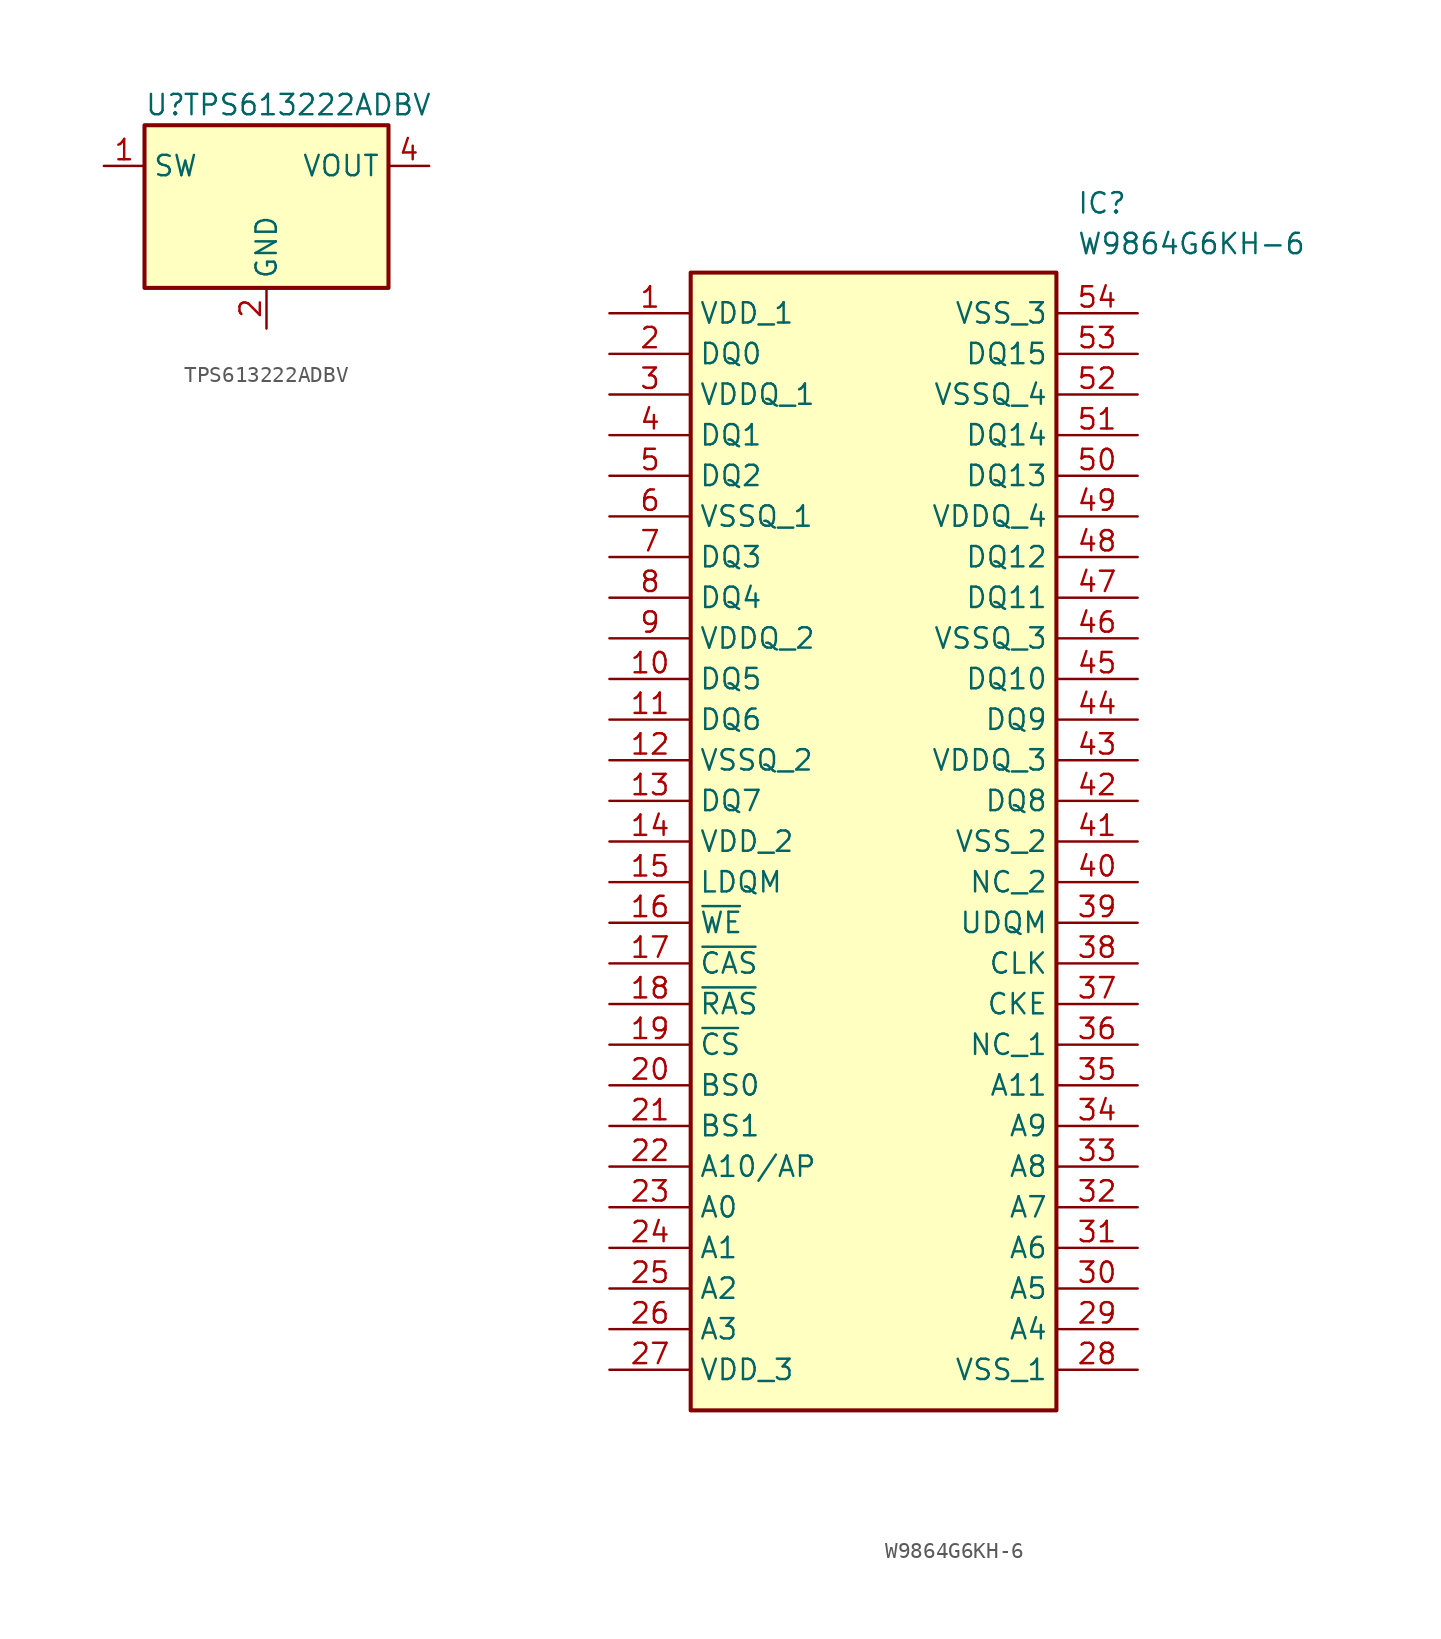
<source format=kicad_sym>
(kicad_symbol_lib
  (version 20241209)
  (generator "kicad_symbol_editor")
  (generator_version "9.0")
  (symbol "TPS613222ADBV"
    (property "Reference" "U"
      (at -7.62 6.35 0)
      (effects (font (size 1.27 1.27)) (justify left)))
    (property "Value" "TPS613222ADBV"
      (at 2.54 6.35 0)
      (effects (font (size 1.27 1.27))))
    (symbol "TPS613222ADBV_0_1"
      (rectangle (start -7.62 5.08) (end 7.62 -5.08) (stroke (width 0.254) (type default)) (fill (type background))))
    (symbol "TPS613222ADBV_1_1"
      (pin power_in line (at -10.16 2.54 0) (length 2.54) (name "SW" (effects (font (size 1.27 1.27)))) (number "1" (effects (font (size 1.27 1.27)))))
      (pin no_connect line (at -7.62 -2.54 0) (length 2.54) (hide yes) (name "NC" (effects (font (size 1.27 1.27)))) (number "3" (effects (font (size 1.27 1.27)))))
      (pin power_in line (at 0 -7.62 90) (length 2.54) (name "GND" (effects (font (size 1.27 1.27)))) (number "2" (effects (font (size 1.27 1.27)))))
      (pin no_connect line (at 7.62 -2.54 180) (length 2.54) (hide yes) (name "NC" (effects (font (size 1.27 1.27)))) (number "5" (effects (font (size 1.27 1.27)))))
      (pin power_out line (at 10.16 2.54 180) (length 2.54) (name "VOUT" (effects (font (size 1.27 1.27)))) (number "4" (effects (font (size 1.27 1.27)))))))
  (symbol "W9864G6KH-6"
    (property "Reference" "IC"
      (at 29.21 7.62 0)
      (effects (font (size 1.27 1.27)) (justify left top)))
    (property "Value" "W9864G6KH-6"
      (at 29.21 5.08 0)
      (effects (font (size 1.27 1.27)) (justify left top)))
    (symbol "W9864G6KH-6_1_1"
      (rectangle (start 5.08 2.54) (end 27.94 -68.58) (stroke (width 0.254) (type default)) (fill (type background)))
      (pin passive line (at 0 0 0) (length 5.08) (name "VDD_1" (effects (font (size 1.27 1.27)))) (number "1" (effects (font (size 1.27 1.27)))))
      (pin passive line (at 0 -2.54 0) (length 5.08) (name "DQ0" (effects (font (size 1.27 1.27)))) (number "2" (effects (font (size 1.27 1.27)))))
      (pin passive line (at 0 -5.08 0) (length 5.08) (name "VDDQ_1" (effects (font (size 1.27 1.27)))) (number "3" (effects (font (size 1.27 1.27)))))
      (pin passive line (at 0 -7.62 0) (length 5.08) (name "DQ1" (effects (font (size 1.27 1.27)))) (number "4" (effects (font (size 1.27 1.27)))))
      (pin passive line (at 0 -10.16 0) (length 5.08) (name "DQ2" (effects (font (size 1.27 1.27)))) (number "5" (effects (font (size 1.27 1.27)))))
      (pin passive line (at 0 -12.7 0) (length 5.08) (name "VSSQ_1" (effects (font (size 1.27 1.27)))) (number "6" (effects (font (size 1.27 1.27)))))
      (pin passive line (at 0 -15.24 0) (length 5.08) (name "DQ3" (effects (font (size 1.27 1.27)))) (number "7" (effects (font (size 1.27 1.27)))))
      (pin passive line (at 0 -17.78 0) (length 5.08) (name "DQ4" (effects (font (size 1.27 1.27)))) (number "8" (effects (font (size 1.27 1.27)))))
      (pin passive line (at 0 -20.32 0) (length 5.08) (name "VDDQ_2" (effects (font (size 1.27 1.27)))) (number "9" (effects (font (size 1.27 1.27)))))
      (pin passive line (at 0 -22.86 0) (length 5.08) (name "DQ5" (effects (font (size 1.27 1.27)))) (number "10" (effects (font (size 1.27 1.27)))))
      (pin passive line (at 0 -25.4 0) (length 5.08) (name "DQ6" (effects (font (size 1.27 1.27)))) (number "11" (effects (font (size 1.27 1.27)))))
      (pin passive line (at 0 -27.94 0) (length 5.08) (name "VSSQ_2" (effects (font (size 1.27 1.27)))) (number "12" (effects (font (size 1.27 1.27)))))
      (pin passive line (at 0 -30.48 0) (length 5.08) (name "DQ7" (effects (font (size 1.27 1.27)))) (number "13" (effects (font (size 1.27 1.27)))))
      (pin passive line (at 0 -33.02 0) (length 5.08) (name "VDD_2" (effects (font (size 1.27 1.27)))) (number "14" (effects (font (size 1.27 1.27)))))
      (pin passive line (at 0 -35.56 0) (length 5.08) (name "LDQM" (effects (font (size 1.27 1.27)))) (number "15" (effects (font (size 1.27 1.27)))))
      (pin passive line (at 0 -38.1 0) (length 5.08) (name "~{WE}" (effects (font (size 1.27 1.27)))) (number "16" (effects (font (size 1.27 1.27)))))
      (pin passive line (at 0 -40.64 0) (length 5.08) (name "~{CAS}" (effects (font (size 1.27 1.27)))) (number "17" (effects (font (size 1.27 1.27)))))
      (pin passive line (at 0 -43.18 0) (length 5.08) (name "~{RAS}" (effects (font (size 1.27 1.27)))) (number "18" (effects (font (size 1.27 1.27)))))
      (pin passive line (at 0 -45.72 0) (length 5.08) (name "~{CS}" (effects (font (size 1.27 1.27)))) (number "19" (effects (font (size 1.27 1.27)))))
      (pin passive line (at 0 -48.26 0) (length 5.08) (name "BS0" (effects (font (size 1.27 1.27)))) (number "20" (effects (font (size 1.27 1.27)))))
      (pin passive line (at 0 -50.8 0) (length 5.08) (name "BS1" (effects (font (size 1.27 1.27)))) (number "21" (effects (font (size 1.27 1.27)))))
      (pin passive line (at 0 -53.34 0) (length 5.08) (name "A10/AP" (effects (font (size 1.27 1.27)))) (number "22" (effects (font (size 1.27 1.27)))))
      (pin passive line (at 0 -55.88 0) (length 5.08) (name "A0" (effects (font (size 1.27 1.27)))) (number "23" (effects (font (size 1.27 1.27)))))
      (pin passive line (at 0 -58.42 0) (length 5.08) (name "A1" (effects (font (size 1.27 1.27)))) (number "24" (effects (font (size 1.27 1.27)))))
      (pin passive line (at 0 -60.96 0) (length 5.08) (name "A2" (effects (font (size 1.27 1.27)))) (number "25" (effects (font (size 1.27 1.27)))))
      (pin passive line (at 0 -63.5 0) (length 5.08) (name "A3" (effects (font (size 1.27 1.27)))) (number "26" (effects (font (size 1.27 1.27)))))
      (pin passive line (at 0 -66.04 0) (length 5.08) (name "VDD_3" (effects (font (size 1.27 1.27)))) (number "27" (effects (font (size 1.27 1.27)))))
      (pin passive line (at 33.02 0 180) (length 5.08) (name "VSS_3" (effects (font (size 1.27 1.27)))) (number "54" (effects (font (size 1.27 1.27)))))
      (pin passive line (at 33.02 -2.54 180) (length 5.08) (name "DQ15" (effects (font (size 1.27 1.27)))) (number "53" (effects (font (size 1.27 1.27)))))
      (pin passive line (at 33.02 -5.08 180) (length 5.08) (name "VSSQ_4" (effects (font (size 1.27 1.27)))) (number "52" (effects (font (size 1.27 1.27)))))
      (pin passive line (at 33.02 -7.62 180) (length 5.08) (name "DQ14" (effects (font (size 1.27 1.27)))) (number "51" (effects (font (size 1.27 1.27)))))
      (pin passive line (at 33.02 -10.16 180) (length 5.08) (name "DQ13" (effects (font (size 1.27 1.27)))) (number "50" (effects (font (size 1.27 1.27)))))
      (pin passive line (at 33.02 -12.7 180) (length 5.08) (name "VDDQ_4" (effects (font (size 1.27 1.27)))) (number "49" (effects (font (size 1.27 1.27)))))
      (pin passive line (at 33.02 -15.24 180) (length 5.08) (name "DQ12" (effects (font (size 1.27 1.27)))) (number "48" (effects (font (size 1.27 1.27)))))
      (pin passive line (at 33.02 -17.78 180) (length 5.08) (name "DQ11" (effects (font (size 1.27 1.27)))) (number "47" (effects (font (size 1.27 1.27)))))
      (pin passive line (at 33.02 -20.32 180) (length 5.08) (name "VSSQ_3" (effects (font (size 1.27 1.27)))) (number "46" (effects (font (size 1.27 1.27)))))
      (pin passive line (at 33.02 -22.86 180) (length 5.08) (name "DQ10" (effects (font (size 1.27 1.27)))) (number "45" (effects (font (size 1.27 1.27)))))
      (pin passive line (at 33.02 -25.4 180) (length 5.08) (name "DQ9" (effects (font (size 1.27 1.27)))) (number "44" (effects (font (size 1.27 1.27)))))
      (pin passive line (at 33.02 -27.94 180) (length 5.08) (name "VDDQ_3" (effects (font (size 1.27 1.27)))) (number "43" (effects (font (size 1.27 1.27)))))
      (pin passive line (at 33.02 -30.48 180) (length 5.08) (name "DQ8" (effects (font (size 1.27 1.27)))) (number "42" (effects (font (size 1.27 1.27)))))
      (pin passive line (at 33.02 -33.02 180) (length 5.08) (name "VSS_2" (effects (font (size 1.27 1.27)))) (number "41" (effects (font (size 1.27 1.27)))))
      (pin passive line (at 33.02 -35.56 180) (length 5.08) (name "NC_2" (effects (font (size 1.27 1.27)))) (number "40" (effects (font (size 1.27 1.27)))))
      (pin passive line (at 33.02 -38.1 180) (length 5.08) (name "UDQM" (effects (font (size 1.27 1.27)))) (number "39" (effects (font (size 1.27 1.27)))))
      (pin passive line (at 33.02 -40.64 180) (length 5.08) (name "CLK" (effects (font (size 1.27 1.27)))) (number "38" (effects (font (size 1.27 1.27)))))
      (pin passive line (at 33.02 -43.18 180) (length 5.08) (name "CKE" (effects (font (size 1.27 1.27)))) (number "37" (effects (font (size 1.27 1.27)))))
      (pin passive line (at 33.02 -45.72 180) (length 5.08) (name "NC_1" (effects (font (size 1.27 1.27)))) (number "36" (effects (font (size 1.27 1.27)))))
      (pin passive line (at 33.02 -48.26 180) (length 5.08) (name "A11" (effects (font (size 1.27 1.27)))) (number "35" (effects (font (size 1.27 1.27)))))
      (pin passive line (at 33.02 -50.8 180) (length 5.08) (name "A9" (effects (font (size 1.27 1.27)))) (number "34" (effects (font (size 1.27 1.27)))))
      (pin passive line (at 33.02 -53.34 180) (length 5.08) (name "A8" (effects (font (size 1.27 1.27)))) (number "33" (effects (font (size 1.27 1.27)))))
      (pin passive line (at 33.02 -55.88 180) (length 5.08) (name "A7" (effects (font (size 1.27 1.27)))) (number "32" (effects (font (size 1.27 1.27)))))
      (pin passive line (at 33.02 -58.42 180) (length 5.08) (name "A6" (effects (font (size 1.27 1.27)))) (number "31" (effects (font (size 1.27 1.27)))))
      (pin passive line (at 33.02 -60.96 180) (length 5.08) (name "A5" (effects (font (size 1.27 1.27)))) (number "30" (effects (font (size 1.27 1.27)))))
      (pin passive line (at 33.02 -63.5 180) (length 5.08) (name "A4" (effects (font (size 1.27 1.27)))) (number "29" (effects (font (size 1.27 1.27)))))
      (pin passive line (at 33.02 -66.04 180) (length 5.08) (name "VSS_1" (effects (font (size 1.27 1.27)))) (number "28" (effects (font (size 1.27 1.27))))))))
</source>
